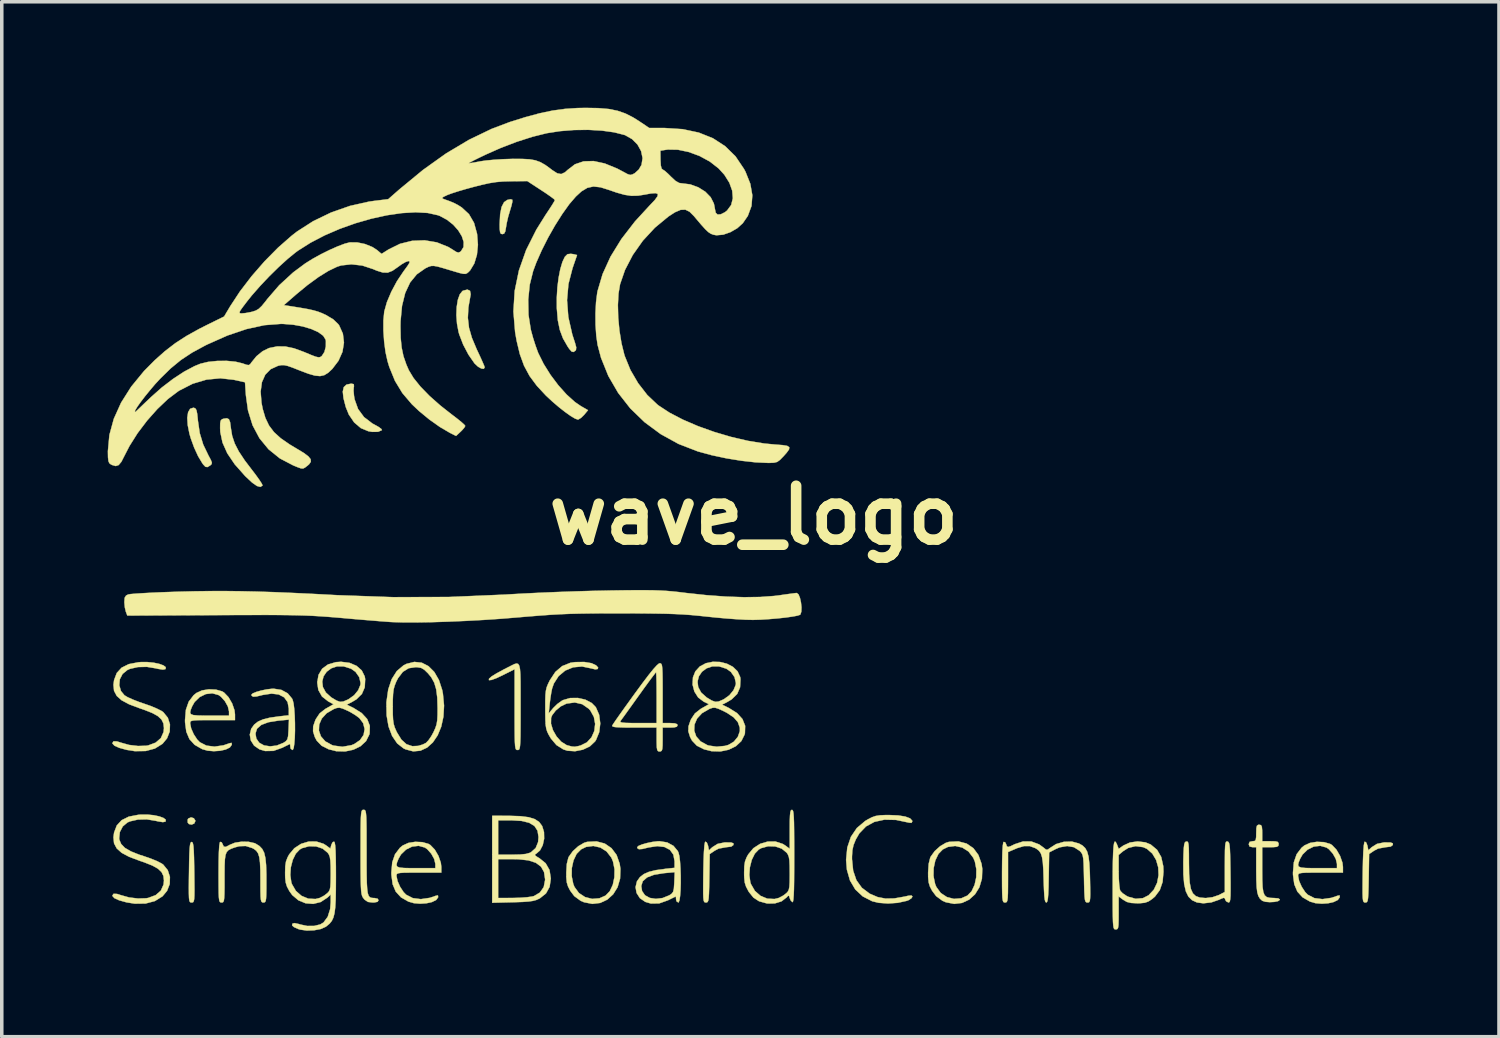
<source format=kicad_pcb>
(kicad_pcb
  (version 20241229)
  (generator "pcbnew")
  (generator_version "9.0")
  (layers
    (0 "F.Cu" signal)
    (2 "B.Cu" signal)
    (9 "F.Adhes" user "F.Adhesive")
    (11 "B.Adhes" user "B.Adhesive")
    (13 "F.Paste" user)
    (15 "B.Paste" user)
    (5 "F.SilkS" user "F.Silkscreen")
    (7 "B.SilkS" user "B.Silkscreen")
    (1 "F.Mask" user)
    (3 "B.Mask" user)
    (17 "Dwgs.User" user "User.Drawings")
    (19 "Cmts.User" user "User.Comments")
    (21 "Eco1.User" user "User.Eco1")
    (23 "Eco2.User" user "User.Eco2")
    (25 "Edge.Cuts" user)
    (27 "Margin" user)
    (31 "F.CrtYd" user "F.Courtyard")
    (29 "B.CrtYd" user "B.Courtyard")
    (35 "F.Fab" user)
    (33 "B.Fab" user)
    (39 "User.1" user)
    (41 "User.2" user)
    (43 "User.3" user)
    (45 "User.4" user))
  (footprint "wave_logo"
    (layer "F.Cu")
    (at 18.293 11.538)
    (property "Reference" "wave_logo" (at 0 0 0) (layer "F.SilkS") (effects (font (size 1.524 1.524) (thickness 0.3))))
    (attr through_hole)
    (fp_poly (pts (xy -15.855 8.578) (xy -15.812 8.645) (xy -15.812 8.658) (xy -15.844 8.728) (xy -15.917 8.758) (xy -15.993 8.743) (xy -16.029 8.7) (xy -16.03 8.618) (xy -16.012 8.587) (xy -15.934 8.554) (xy -15.855 8.578)) (stroke (width 0.01) (type solid)) (fill yes) (layer "F.SilkS"))
    (fp_poly (pts (xy -6.837 -8.932) (xy -6.837 -8.875) (xy -6.862 -8.764) (xy -6.902 -8.631) (xy -6.955 -8.453) (xy -6.997 -8.271) (xy -7.015 -8.163) (xy -7.037 -8.036) (xy -7.07 -7.974) (xy -7.118 -7.959) (xy -7.161 -7.969) (xy -7.184 -8.012) (xy -7.195 -8.106) (xy -7.197 -8.236) (xy -7.183 -8.52) (xy -7.142 -8.728) (xy -7.072 -8.863) (xy -6.982 -8.927) (xy -6.886 -8.947) (xy -6.837 -8.932)) (stroke (width 0.01) (type solid)) (fill yes) (layer "F.SilkS"))
    (fp_poly (pts (xy -11.327 -3.711) (xy -11.321 -3.65) (xy -11.327 -3.623) (xy -11.333 -3.525) (xy -11.32 -3.382) (xy -11.304 -3.283) (xy -11.206 -3.009) (xy -11.037 -2.779) (xy -10.799 -2.597) (xy -10.739 -2.565) (xy -10.62 -2.498) (xy -10.545 -2.442) (xy -10.529 -2.41) (xy -10.64 -2.362) (xy -10.808 -2.361) (xy -10.914 -2.379) (xy -11.128 -2.468) (xy -11.316 -2.629) (xy -11.467 -2.851) (xy -11.553 -3.063) (xy -11.618 -3.315) (xy -11.638 -3.5) (xy -11.61 -3.627) (xy -11.533 -3.699) (xy -11.406 -3.725) (xy -11.39 -3.725) (xy -11.327 -3.711)) (stroke (width 0.01) (type solid)) (fill yes) (layer "F.SilkS"))
    (fp_poly (pts (xy -15.851 -3.042) (xy -15.809 -3.022) (xy -15.78 -2.971) (xy -15.76 -2.872) (xy -15.742 -2.707) (xy -15.741 -2.688) (xy -15.688 -2.325) (xy -15.59 -2.002) (xy -15.443 -1.696) (xy -15.375 -1.569) (xy -15.345 -1.494) (xy -15.351 -1.449) (xy -15.387 -1.414) (xy -15.392 -1.41) (xy -15.469 -1.364) (xy -15.527 -1.372) (xy -15.592 -1.441) (xy -15.619 -1.48) (xy -15.734 -1.672) (xy -15.846 -1.915) (xy -15.941 -2.176) (xy -15.979 -2.305) (xy -16.028 -2.552) (xy -16.041 -2.759) (xy -16.017 -2.916) (xy -15.96 -3.014) (xy -15.87 -3.044) (xy -15.851 -3.042)) (stroke (width 0.01) (type solid)) (fill yes) (layer "F.SilkS"))
    (fp_poly (pts (xy -14.862 -2.719) (xy -14.829 -2.636) (xy -14.808 -2.485) (xy -14.806 -2.465) (xy -14.77 -2.247) (xy -14.698 -2.032) (xy -14.582 -1.806) (xy -14.415 -1.554) (xy -14.237 -1.32) (xy -14.11 -1.154) (xy -14.007 -1.011) (xy -13.937 -0.904) (xy -13.909 -0.846) (xy -13.91 -0.841) (xy -13.971 -0.802) (xy -14.068 -0.829) (xy -14.204 -0.924) (xy -14.381 -1.089) (xy -14.407 -1.115) (xy -14.697 -1.442) (xy -14.908 -1.754) (xy -15.043 -2.057) (xy -15.106 -2.356) (xy -15.111 -2.465) (xy -15.109 -2.604) (xy -15.094 -2.68) (xy -15.058 -2.718) (xy -15.01 -2.734) (xy -14.919 -2.746) (xy -14.862 -2.719)) (stroke (width 0.01) (type solid)) (fill yes) (layer "F.SilkS"))
    (fp_poly (pts (xy -5.106 -7.392) (xy -5.005 -7.367) (xy -5.133 -6.996) (xy -5.249 -6.547) (xy -5.289 -6.089) (xy -5.253 -5.615) (xy -5.14 -5.117) (xy -5.064 -4.883) (xy -5.029 -4.756) (xy -5.036 -4.681) (xy -5.05 -4.662) (xy -5.105 -4.622) (xy -5.158 -4.634) (xy -5.223 -4.707) (xy -5.272 -4.778) (xy -5.403 -5.007) (xy -5.493 -5.246) (xy -5.549 -5.517) (xy -5.577 -5.845) (xy -5.578 -5.863) (xy -5.579 -6.159) (xy -5.562 -6.451) (xy -5.527 -6.726) (xy -5.479 -6.971) (xy -5.419 -7.173) (xy -5.351 -7.317) (xy -5.277 -7.391) (xy -5.272 -7.392) (xy -5.181 -7.402) (xy -5.106 -7.392)) (stroke (width 0.01) (type solid)) (fill yes) (layer "F.SilkS"))
    (fp_poly (pts (xy -15.895 9.261) (xy -15.879 9.3) (xy -15.866 9.377) (xy -15.857 9.504) (xy -15.85 9.689) (xy -15.845 9.944) (xy -15.842 10.107) (xy -15.839 10.397) (xy -15.837 10.612) (xy -15.839 10.765) (xy -15.845 10.866) (xy -15.857 10.925) (xy -15.874 10.954) (xy -15.898 10.964) (xy -15.917 10.964) (xy -15.946 10.962) (xy -15.968 10.946) (xy -15.983 10.907) (xy -15.992 10.833) (xy -15.996 10.714) (xy -15.997 10.539) (xy -15.995 10.297) (xy -15.992 10.107) (xy -15.988 9.813) (xy -15.982 9.592) (xy -15.974 9.437) (xy -15.963 9.335) (xy -15.949 9.277) (xy -15.929 9.253) (xy -15.917 9.25) (xy -15.895 9.261)) (stroke (width 0.01) (type solid)) (fill yes) (layer "F.SilkS"))
    (fp_poly (pts (xy -8.036 -6.355) (xy -8.017 -6.26) (xy -8.023 -6.22) (xy -8.082 -5.884) (xy -8.097 -5.589) (xy -8.065 -5.31) (xy -7.982 -5.021) (xy -7.846 -4.698) (xy -7.829 -4.662) (xy -7.746 -4.485) (xy -7.679 -4.335) (xy -7.634 -4.229) (xy -7.62 -4.186) (xy -7.648 -4.145) (xy -7.717 -4.155) (xy -7.808 -4.206) (xy -7.9 -4.291) (xy -7.911 -4.304) (xy -8.079 -4.546) (xy -8.229 -4.831) (xy -8.34 -5.119) (xy -8.36 -5.188) (xy -8.404 -5.423) (xy -8.422 -5.665) (xy -8.413 -5.895) (xy -8.381 -6.097) (xy -8.326 -6.253) (xy -8.251 -6.348) (xy -8.232 -6.358) (xy -8.11 -6.389) (xy -8.036 -6.355)) (stroke (width 0.01) (type solid)) (fill yes) (layer "F.SilkS"))
    (fp_poly (pts (xy -1.331 9.266) (xy -1.299 9.348) (xy -1.297 9.356) (xy -1.271 9.487) (xy -1.176 9.399) (xy -1.025 9.304) (xy -0.826 9.263) (xy -0.647 9.264) (xy -0.578 9.288) (xy -0.577 9.335) (xy -0.639 9.382) (xy -0.778 9.398) (xy -0.781 9.398) (xy -0.996 9.438) (xy -1.105 9.495) (xy -1.249 9.592) (xy -1.26 10.278) (xy -1.265 10.533) (xy -1.271 10.716) (xy -1.279 10.838) (xy -1.291 10.912) (xy -1.31 10.95) (xy -1.336 10.963) (xy -1.357 10.964) (xy -1.385 10.961) (xy -1.406 10.945) (xy -1.421 10.904) (xy -1.43 10.827) (xy -1.434 10.705) (xy -1.434 10.526) (xy -1.432 10.279) (xy -1.43 10.111) (xy -1.423 9.777) (xy -1.413 9.526) (xy -1.4 9.355) (xy -1.384 9.261) (xy -1.371 9.241) (xy -1.331 9.266)) (stroke (width 0.01) (type solid)) (fill yes) (layer "F.SilkS"))
    (fp_poly (pts (xy 17.338 9.266) (xy 17.37 9.348) (xy 17.372 9.356) (xy 17.398 9.487) (xy 17.493 9.399) (xy 17.644 9.304) (xy 17.843 9.263) (xy 18.022 9.264) (xy 18.091 9.288) (xy 18.092 9.335) (xy 18.03 9.382) (xy 17.891 9.398) (xy 17.888 9.398) (xy 17.673 9.438) (xy 17.564 9.495) (xy 17.42 9.592) (xy 17.409 10.278) (xy 17.404 10.533) (xy 17.398 10.716) (xy 17.39 10.838) (xy 17.378 10.912) (xy 17.359 10.95) (xy 17.333 10.963) (xy 17.312 10.964) (xy 17.284 10.961) (xy 17.263 10.945) (xy 17.248 10.904) (xy 17.239 10.827) (xy 17.235 10.705) (xy 17.235 10.526) (xy 17.237 10.279) (xy 17.239 10.111) (xy 17.246 9.777) (xy 17.256 9.526) (xy 17.269 9.355) (xy 17.285 9.261) (xy 17.298 9.241) (xy 17.338 9.266)) (stroke (width 0.01) (type solid)) (fill yes) (layer "F.SilkS"))
    (fp_poly (pts (xy -6.672 4.21) (xy -6.641 4.261) (xy -6.621 4.355) (xy -6.61 4.502) (xy -6.605 4.709) (xy -6.604 4.983) (xy -6.604 5.333) (xy -6.604 5.419) (xy -6.604 5.773) (xy -6.605 6.051) (xy -6.607 6.263) (xy -6.612 6.418) (xy -6.619 6.524) (xy -6.629 6.591) (xy -6.643 6.628) (xy -6.662 6.643) (xy -6.686 6.646) (xy -6.689 6.646) (xy -6.714 6.644) (xy -6.734 6.629) (xy -6.748 6.594) (xy -6.759 6.529) (xy -6.766 6.423) (xy -6.77 6.269) (xy -6.772 6.055) (xy -6.773 5.774) (xy -6.773 5.503) (xy -6.773 4.359) (xy -7.117 4.532) (xy -7.299 4.617) (xy -7.428 4.663) (xy -7.496 4.669) (xy -7.501 4.665) (xy -7.497 4.627) (xy -7.425 4.564) (xy -7.283 4.476) (xy -7.067 4.359) (xy -6.955 4.302) (xy -6.855 4.251) (xy -6.776 4.213) (xy -6.716 4.197) (xy -6.672 4.21)) (stroke (width 0.01) (type solid)) (fill yes) (layer "F.SilkS"))
    (fp_poly (pts (xy -11.024 8.342) (xy -11.005 8.356) (xy -10.99 8.39) (xy -10.98 8.454) (xy -10.972 8.557) (xy -10.968 8.708) (xy -10.965 8.916) (xy -10.965 9.19) (xy -10.964 9.538) (xy -10.964 9.903) (xy -10.962 10.193) (xy -10.957 10.415) (xy -10.947 10.58) (xy -10.932 10.695) (xy -10.908 10.769) (xy -10.876 10.812) (xy -10.833 10.831) (xy -10.777 10.837) (xy -10.744 10.837) (xy -10.65 10.857) (xy -10.626 10.901) (xy -10.654 10.945) (xy -10.748 10.963) (xy -10.792 10.964) (xy -10.925 10.948) (xy -11.017 10.886) (xy -11.046 10.853) (xy -11.072 10.817) (xy -11.092 10.775) (xy -11.107 10.716) (xy -11.118 10.632) (xy -11.125 10.512) (xy -11.13 10.345) (xy -11.133 10.121) (xy -11.134 9.832) (xy -11.134 9.54) (xy -11.133 9.191) (xy -11.133 8.916) (xy -11.13 8.708) (xy -11.126 8.557) (xy -11.118 8.455) (xy -11.108 8.391) (xy -11.093 8.356) (xy -11.074 8.342) (xy -11.049 8.34) (xy -11.049 8.34) (xy -11.024 8.342)) (stroke (width 0.01) (type solid)) (fill yes) (layer "F.SilkS"))
    (fp_poly (pts (xy 4.088 8.499) (xy 4.288 8.531) (xy 4.423 8.581) (xy 4.484 8.647) (xy 4.487 8.667) (xy 4.463 8.71) (xy 4.392 8.703) (xy 4.025 8.626) (xy 3.698 8.619) (xy 3.414 8.681) (xy 3.176 8.81) (xy 2.987 9.006) (xy 2.887 9.179) (xy 2.823 9.336) (xy 2.79 9.484) (xy 2.779 9.662) (xy 2.779 9.737) (xy 2.812 10.064) (xy 2.904 10.333) (xy 3.058 10.547) (xy 3.274 10.71) (xy 3.293 10.72) (xy 3.507 10.811) (xy 3.729 10.853) (xy 3.978 10.848) (xy 4.274 10.796) (xy 4.371 10.773) (xy 4.462 10.765) (xy 4.491 10.794) (xy 4.464 10.842) (xy 4.385 10.895) (xy 4.329 10.917) (xy 4.074 10.973) (xy 3.799 10.992) (xy 3.536 10.973) (xy 3.352 10.929) (xy 3.083 10.791) (xy 2.872 10.594) (xy 2.722 10.34) (xy 2.635 10.036) (xy 2.612 9.757) (xy 2.646 9.407) (xy 2.748 9.105) (xy 2.917 8.855) (xy 3.154 8.655) (xy 3.228 8.611) (xy 3.346 8.55) (xy 3.451 8.514) (xy 3.572 8.495) (xy 3.736 8.488) (xy 3.831 8.488) (xy 4.088 8.499)) (stroke (width 0.01) (type solid)) (fill yes) (layer "F.SilkS"))
    (fp_poly (pts (xy -4.221 9.295) (xy -4.03 9.426) (xy -3.886 9.618) (xy -3.798 9.868) (xy -3.777 10.012) (xy -3.787 10.289) (xy -3.858 10.532) (xy -3.983 10.732) (xy -4.15 10.883) (xy -4.349 10.976) (xy -4.572 11.003) (xy -4.807 10.957) (xy -4.901 10.917) (xy -5.083 10.784) (xy -5.198 10.631) (xy -5.26 10.512) (xy -5.295 10.399) (xy -5.309 10.26) (xy -5.309 10.221) (xy -5.157 10.221) (xy -5.112 10.441) (xy -5.078 10.524) (xy -4.952 10.696) (xy -4.779 10.81) (xy -4.578 10.862) (xy -4.372 10.845) (xy -4.198 10.768) (xy -4.078 10.643) (xy -3.993 10.462) (xy -3.948 10.248) (xy -3.944 10.021) (xy -3.987 9.805) (xy -4.033 9.695) (xy -4.168 9.52) (xy -4.344 9.408) (xy -4.544 9.363) (xy -4.749 9.39) (xy -4.892 9.46) (xy -5.018 9.588) (xy -5.106 9.773) (xy -5.154 9.991) (xy -5.157 10.221) (xy -5.309 10.221) (xy -5.31 10.118) (xy -5.295 9.871) (xy -5.252 9.698) (xy -5.239 9.669) (xy -5.124 9.51) (xy -4.971 9.371) (xy -4.806 9.274) (xy -4.718 9.247) (xy -4.453 9.234) (xy -4.221 9.295)) (stroke (width 0.01) (type solid)) (fill yes) (layer "F.SilkS"))
    (fp_poly (pts (xy 6.023 9.295) (xy 6.215 9.426) (xy 6.358 9.618) (xy 6.447 9.868) (xy 6.468 10.012) (xy 6.458 10.289) (xy 6.386 10.532) (xy 6.262 10.732) (xy 6.095 10.883) (xy 5.895 10.976) (xy 5.673 11.003) (xy 5.437 10.957) (xy 5.343 10.917) (xy 5.162 10.784) (xy 5.047 10.631) (xy 4.985 10.512) (xy 4.95 10.399) (xy 4.936 10.26) (xy 4.935 10.221) (xy 5.087 10.221) (xy 5.133 10.441) (xy 5.167 10.524) (xy 5.293 10.696) (xy 5.466 10.81) (xy 5.666 10.862) (xy 5.873 10.845) (xy 6.047 10.768) (xy 6.167 10.643) (xy 6.251 10.462) (xy 6.297 10.248) (xy 6.3 10.021) (xy 6.258 9.805) (xy 6.211 9.695) (xy 6.077 9.52) (xy 5.901 9.408) (xy 5.701 9.363) (xy 5.496 9.39) (xy 5.352 9.46) (xy 5.227 9.588) (xy 5.138 9.773) (xy 5.091 9.991) (xy 5.087 10.221) (xy 4.935 10.221) (xy 4.934 10.118) (xy 4.95 9.871) (xy 4.993 9.698) (xy 5.006 9.669) (xy 5.12 9.51) (xy 5.274 9.371) (xy 5.438 9.274) (xy 5.526 9.247) (xy 5.791 9.234) (xy 6.023 9.295)) (stroke (width 0.01) (type solid)) (fill yes) (layer "F.SilkS"))
    (fp_poly (pts (xy 14.358 8.773) (xy 14.383 8.817) (xy 14.392 8.914) (xy 14.393 8.996) (xy 14.393 9.229) (xy 14.626 9.229) (xy 14.761 9.232) (xy 14.831 9.248) (xy 14.857 9.284) (xy 14.859 9.313) (xy 14.849 9.362) (xy 14.805 9.388) (xy 14.708 9.397) (xy 14.626 9.398) (xy 14.393 9.398) (xy 14.393 10.048) (xy 14.395 10.324) (xy 14.404 10.528) (xy 14.425 10.669) (xy 14.462 10.759) (xy 14.52 10.81) (xy 14.604 10.832) (xy 14.719 10.837) (xy 14.728 10.837) (xy 14.848 10.847) (xy 14.892 10.876) (xy 14.891 10.89) (xy 14.84 10.926) (xy 14.736 10.947) (xy 14.607 10.954) (xy 14.484 10.944) (xy 14.397 10.916) (xy 14.39 10.911) (xy 14.328 10.853) (xy 14.284 10.779) (xy 14.254 10.676) (xy 14.236 10.53) (xy 14.227 10.327) (xy 14.224 10.055) (xy 14.224 10.036) (xy 14.224 9.398) (xy 14.118 9.398) (xy 14.035 9.378) (xy 14.012 9.313) (xy 14.037 9.247) (xy 14.118 9.229) (xy 14.179 9.223) (xy 14.21 9.191) (xy 14.222 9.112) (xy 14.224 8.996) (xy 14.228 8.861) (xy 14.244 8.791) (xy 14.279 8.765) (xy 14.309 8.763) (xy 14.358 8.773)) (stroke (width 0.01) (type solid)) (fill yes) (layer "F.SilkS"))
    (fp_poly (pts (xy 13.409 9.237) (xy 13.434 9.248) (xy 13.454 9.279) (xy 13.468 9.34) (xy 13.478 9.441) (xy 13.485 9.595) (xy 13.49 9.811) (xy 13.495 10.1) (xy 13.495 10.108) (xy 13.498 10.399) (xy 13.498 10.617) (xy 13.496 10.771) (xy 13.488 10.872) (xy 13.477 10.931) (xy 13.459 10.958) (xy 13.438 10.964) (xy 13.371 10.929) (xy 13.349 10.887) (xy 13.331 10.84) (xy 13.296 10.832) (xy 13.22 10.862) (xy 13.173 10.885) (xy 12.953 10.961) (xy 12.727 10.987) (xy 12.544 10.962) (xy 12.408 10.899) (xy 12.304 10.797) (xy 12.231 10.647) (xy 12.184 10.441) (xy 12.161 10.171) (xy 12.159 9.826) (xy 12.159 9.813) (xy 12.165 9.583) (xy 12.173 9.424) (xy 12.185 9.323) (xy 12.202 9.267) (xy 12.228 9.242) (xy 12.245 9.237) (xy 12.274 9.238) (xy 12.294 9.261) (xy 12.307 9.32) (xy 12.315 9.426) (xy 12.318 9.592) (xy 12.319 9.829) (xy 12.319 9.841) (xy 12.324 10.16) (xy 12.341 10.404) (xy 12.375 10.583) (xy 12.431 10.706) (xy 12.513 10.783) (xy 12.626 10.824) (xy 12.775 10.837) (xy 12.805 10.837) (xy 12.987 10.814) (xy 13.16 10.755) (xy 13.167 10.752) (xy 13.335 10.666) (xy 13.335 9.944) (xy 13.336 9.681) (xy 13.338 9.491) (xy 13.344 9.363) (xy 13.354 9.285) (xy 13.37 9.246) (xy 13.393 9.235) (xy 13.409 9.237)) (stroke (width 0.01) (type solid)) (fill yes) (layer "F.SilkS"))
    (fp_poly (pts (xy -15.228 4.937) (xy -15.055 4.986) (xy -15 5.019) (xy -14.875 5.149) (xy -14.771 5.328) (xy -14.704 5.521) (xy -14.69 5.639) (xy -14.69 5.8) (xy -15.325 5.8) (xy -15.568 5.8) (xy -15.74 5.802) (xy -15.852 5.809) (xy -15.918 5.821) (xy -15.949 5.84) (xy -15.958 5.869) (xy -15.959 5.895) (xy -15.93 6.038) (xy -15.857 6.202) (xy -15.76 6.35) (xy -15.686 6.426) (xy -15.498 6.522) (xy -15.27 6.551) (xy -15.016 6.514) (xy -14.844 6.455) (xy -14.786 6.444) (xy -14.78 6.494) (xy -14.781 6.499) (xy -14.835 6.574) (xy -14.952 6.632) (xy -15.11 6.668) (xy -15.289 6.68) (xy -15.467 6.665) (xy -15.621 6.621) (xy -15.833 6.499) (xy -15.98 6.338) (xy -16.068 6.129) (xy -16.104 5.86) (xy -16.105 5.8) (xy -16.086 5.584) (xy -15.96 5.584) (xy -15.94 5.63) (xy -15.872 5.657) (xy -15.746 5.669) (xy -15.553 5.673) (xy -15.409 5.673) (xy -14.859 5.673) (xy -14.859 5.552) (xy -14.892 5.413) (xy -14.975 5.264) (xy -15.087 5.138) (xy -15.157 5.089) (xy -15.332 5.041) (xy -15.517 5.063) (xy -15.69 5.148) (xy -15.833 5.287) (xy -15.902 5.407) (xy -15.944 5.511) (xy -15.96 5.584) (xy -16.086 5.584) (xy -16.08 5.509) (xy -16 5.278) (xy -15.862 5.097) (xy -15.781 5.031) (xy -15.623 4.959) (xy -15.428 4.928) (xy -15.228 4.937)) (stroke (width 0.01) (type solid)) (fill yes) (layer "F.SilkS"))
    (fp_poly (pts (xy -9.386 9.255) (xy -9.213 9.304) (xy -9.158 9.337) (xy -9.033 9.467) (xy -8.929 9.646) (xy -8.862 9.839) (xy -8.848 9.957) (xy -8.848 10.118) (xy -9.483 10.118) (xy -9.726 10.118) (xy -9.898 10.12) (xy -10.01 10.127) (xy -10.076 10.139) (xy -10.107 10.158) (xy -10.116 10.187) (xy -10.117 10.213) (xy -10.088 10.356) (xy -10.015 10.52) (xy -9.918 10.668) (xy -9.844 10.744) (xy -9.656 10.84) (xy -9.428 10.869) (xy -9.174 10.832) (xy -9.002 10.773) (xy -8.944 10.762) (xy -8.938 10.812) (xy -8.939 10.817) (xy -8.993 10.892) (xy -9.11 10.95) (xy -9.268 10.986) (xy -9.447 10.998) (xy -9.625 10.983) (xy -9.779 10.939) (xy -9.991 10.817) (xy -10.138 10.656) (xy -10.226 10.447) (xy -10.262 10.178) (xy -10.263 10.118) (xy -10.244 9.902) (xy -10.118 9.902) (xy -10.098 9.948) (xy -10.03 9.975) (xy -9.904 9.987) (xy -9.711 9.991) (xy -9.567 9.991) (xy -9.017 9.991) (xy -9.017 9.87) (xy -9.05 9.731) (xy -9.133 9.582) (xy -9.245 9.456) (xy -9.315 9.407) (xy -9.49 9.359) (xy -9.675 9.381) (xy -9.848 9.466) (xy -9.991 9.605) (xy -10.06 9.725) (xy -10.102 9.829) (xy -10.118 9.902) (xy -10.244 9.902) (xy -10.238 9.827) (xy -10.158 9.596) (xy -10.02 9.415) (xy -9.939 9.349) (xy -9.781 9.277) (xy -9.586 9.246) (xy -9.386 9.255)) (stroke (width 0.01) (type solid)) (fill yes) (layer "F.SilkS"))
    (fp_poly (pts (xy 16.141 9.255) (xy 16.314 9.304) (xy 16.369 9.337) (xy 16.494 9.467) (xy 16.598 9.646) (xy 16.665 9.839) (xy 16.679 9.957) (xy 16.679 10.118) (xy 16.044 10.118) (xy 15.801 10.118) (xy 15.629 10.12) (xy 15.517 10.127) (xy 15.451 10.139) (xy 15.42 10.158) (xy 15.411 10.187) (xy 15.41 10.213) (xy 15.439 10.356) (xy 15.512 10.52) (xy 15.609 10.668) (xy 15.683 10.744) (xy 15.871 10.84) (xy 16.099 10.869) (xy 16.353 10.832) (xy 16.525 10.773) (xy 16.583 10.762) (xy 16.589 10.812) (xy 16.588 10.817) (xy 16.534 10.892) (xy 16.417 10.95) (xy 16.259 10.986) (xy 16.08 10.998) (xy 15.902 10.983) (xy 15.748 10.939) (xy 15.536 10.817) (xy 15.389 10.656) (xy 15.301 10.447) (xy 15.265 10.178) (xy 15.264 10.118) (xy 15.283 9.902) (xy 15.409 9.902) (xy 15.429 9.948) (xy 15.497 9.975) (xy 15.623 9.987) (xy 15.816 9.991) (xy 15.96 9.991) (xy 16.51 9.991) (xy 16.51 9.87) (xy 16.477 9.731) (xy 16.394 9.582) (xy 16.282 9.456) (xy 16.212 9.407) (xy 16.037 9.359) (xy 15.852 9.381) (xy 15.679 9.466) (xy 15.536 9.605) (xy 15.467 9.725) (xy 15.425 9.829) (xy 15.409 9.902) (xy 15.283 9.902) (xy 15.289 9.827) (xy 15.369 9.596) (xy 15.507 9.415) (xy 15.588 9.349) (xy 15.746 9.277) (xy 15.941 9.246) (xy 16.141 9.255)) (stroke (width 0.01) (type solid)) (fill yes) (layer "F.SilkS"))
    (fp_poly (pts (xy -16.99 4.175) (xy -16.834 4.208) (xy -16.716 4.251) (xy -16.651 4.3) (xy -16.654 4.35) (xy -16.659 4.356) (xy -16.73 4.371) (xy -16.87 4.349) (xy -16.933 4.334) (xy -17.185 4.292) (xy -17.439 4.298) (xy -17.663 4.349) (xy -17.736 4.381) (xy -17.873 4.493) (xy -17.951 4.645) (xy -17.966 4.814) (xy -17.918 4.977) (xy -17.821 5.096) (xy -17.732 5.15) (xy -17.584 5.217) (xy -17.402 5.288) (xy -17.276 5.331) (xy -17.083 5.398) (xy -16.908 5.471) (xy -16.774 5.538) (xy -16.722 5.573) (xy -16.592 5.732) (xy -16.531 5.922) (xy -16.538 6.123) (xy -16.613 6.315) (xy -16.742 6.471) (xy -16.958 6.605) (xy -17.222 6.675) (xy -17.526 6.679) (xy -17.759 6.642) (xy -17.969 6.584) (xy -18.104 6.523) (xy -18.16 6.461) (xy -18.161 6.451) (xy -18.129 6.4) (xy -18.031 6.403) (xy -17.92 6.438) (xy -17.688 6.503) (xy -17.436 6.533) (xy -17.204 6.526) (xy -17.146 6.516) (xy -16.935 6.437) (xy -16.789 6.31) (xy -16.712 6.137) (xy -16.701 6.026) (xy -16.716 5.894) (xy -16.77 5.784) (xy -16.872 5.688) (xy -17.032 5.599) (xy -17.261 5.508) (xy -17.396 5.462) (xy -17.686 5.353) (xy -17.898 5.24) (xy -18.038 5.115) (xy -18.114 4.971) (xy -18.131 4.801) (xy -18.113 4.666) (xy -18.037 4.465) (xy -17.9 4.316) (xy -17.697 4.215) (xy -17.427 4.163) (xy -17.356 4.157) (xy -17.169 4.157) (xy -16.99 4.175)) (stroke (width 0.01) (type solid)) (fill yes) (layer "F.SilkS"))
    (fp_poly (pts (xy -16.99 8.493) (xy -16.834 8.526) (xy -16.716 8.569) (xy -16.651 8.618) (xy -16.654 8.668) (xy -16.659 8.674) (xy -16.73 8.689) (xy -16.87 8.667) (xy -16.933 8.652) (xy -17.185 8.61) (xy -17.439 8.616) (xy -17.663 8.667) (xy -17.736 8.699) (xy -17.868 8.811) (xy -17.95 8.969) (xy -17.97 9.145) (xy -17.965 9.185) (xy -17.913 9.308) (xy -17.808 9.417) (xy -17.638 9.516) (xy -17.397 9.612) (xy -17.272 9.652) (xy -17.075 9.72) (xy -16.898 9.792) (xy -16.767 9.86) (xy -16.724 9.889) (xy -16.593 10.05) (xy -16.532 10.24) (xy -16.538 10.441) (xy -16.613 10.634) (xy -16.742 10.789) (xy -16.958 10.923) (xy -17.222 10.993) (xy -17.526 10.997) (xy -17.759 10.96) (xy -17.969 10.902) (xy -18.104 10.841) (xy -18.16 10.779) (xy -18.161 10.769) (xy -18.129 10.718) (xy -18.031 10.721) (xy -17.92 10.756) (xy -17.688 10.821) (xy -17.436 10.851) (xy -17.204 10.844) (xy -17.146 10.834) (xy -16.935 10.755) (xy -16.789 10.628) (xy -16.712 10.455) (xy -16.701 10.344) (xy -16.716 10.212) (xy -16.77 10.102) (xy -16.872 10.006) (xy -17.032 9.917) (xy -17.261 9.826) (xy -17.396 9.78) (xy -17.686 9.671) (xy -17.898 9.558) (xy -18.038 9.433) (xy -18.114 9.289) (xy -18.131 9.119) (xy -18.113 8.984) (xy -18.037 8.783) (xy -17.9 8.634) (xy -17.697 8.533) (xy -17.427 8.481) (xy -17.356 8.475) (xy -17.169 8.475) (xy -16.99 8.493)) (stroke (width 0.01) (type solid)) (fill yes) (layer "F.SilkS"))
    (fp_poly (pts (xy -9.402 4.175) (xy -9.212 4.272) (xy -9.047 4.437) (xy -8.916 4.665) (xy -8.823 4.949) (xy -8.803 5.053) (xy -8.771 5.39) (xy -8.789 5.704) (xy -8.851 5.987) (xy -8.953 6.233) (xy -9.088 6.432) (xy -9.252 6.579) (xy -9.439 6.666) (xy -9.643 6.685) (xy -9.86 6.628) (xy -9.917 6.601) (xy -10.098 6.459) (xy -10.241 6.249) (xy -10.342 5.982) (xy -10.397 5.666) (xy -10.401 5.419) (xy -10.223 5.419) (xy -10.222 5.636) (xy -10.214 5.792) (xy -10.197 5.908) (xy -10.167 6.009) (xy -10.12 6.116) (xy -10.106 6.145) (xy -9.978 6.353) (xy -9.835 6.483) (xy -9.669 6.538) (xy -9.504 6.53) (xy -9.377 6.492) (xy -9.283 6.446) (xy -9.214 6.375) (xy -9.132 6.256) (xy -9.071 6.145) (xy -9.017 6.026) (xy -8.982 5.921) (xy -8.963 5.802) (xy -8.955 5.646) (xy -8.954 5.461) (xy -8.963 5.162) (xy -8.993 4.929) (xy -9.048 4.743) (xy -9.132 4.589) (xy -9.225 4.476) (xy -9.331 4.373) (xy -9.421 4.321) (xy -9.531 4.303) (xy -9.571 4.301) (xy -9.772 4.331) (xy -9.938 4.434) (xy -10.074 4.613) (xy -10.123 4.708) (xy -10.168 4.82) (xy -10.198 4.928) (xy -10.214 5.057) (xy -10.222 5.229) (xy -10.223 5.419) (xy -10.401 5.419) (xy -10.403 5.312) (xy -10.401 5.283) (xy -10.351 4.932) (xy -10.253 4.64) (xy -10.108 4.411) (xy -9.918 4.25) (xy -9.833 4.207) (xy -9.611 4.152) (xy -9.402 4.175)) (stroke (width 0.01) (type solid)) (fill yes) (layer "F.SilkS"))
    (fp_poly (pts (xy -14.303 9.246) (xy -14.135 9.284) (xy -14.101 9.3) (xy -13.996 9.366) (xy -13.919 9.447) (xy -13.864 9.555) (xy -13.829 9.703) (xy -13.809 9.904) (xy -13.801 10.17) (xy -13.801 10.318) (xy -13.801 10.565) (xy -13.804 10.739) (xy -13.81 10.854) (xy -13.822 10.921) (xy -13.841 10.953) (xy -13.869 10.964) (xy -13.885 10.964) (xy -13.918 10.96) (xy -13.941 10.939) (xy -13.956 10.889) (xy -13.965 10.797) (xy -13.969 10.65) (xy -13.97 10.436) (xy -13.97 10.331) (xy -13.972 10.047) (xy -13.982 9.834) (xy -14.002 9.68) (xy -14.036 9.573) (xy -14.087 9.499) (xy -14.158 9.445) (xy -14.205 9.421) (xy -14.385 9.364) (xy -14.569 9.37) (xy -14.694 9.404) (xy -14.797 9.441) (xy -14.873 9.48) (xy -14.925 9.535) (xy -14.958 9.619) (xy -14.976 9.743) (xy -14.984 9.922) (xy -14.986 10.169) (xy -14.986 10.272) (xy -14.986 10.529) (xy -14.989 10.713) (xy -14.995 10.836) (xy -15.005 10.91) (xy -15.022 10.949) (xy -15.047 10.963) (xy -15.071 10.964) (xy -15.099 10.961) (xy -15.121 10.944) (xy -15.136 10.902) (xy -15.146 10.824) (xy -15.152 10.699) (xy -15.154 10.516) (xy -15.155 10.265) (xy -15.155 10.12) (xy -15.153 9.788) (xy -15.146 9.533) (xy -15.135 9.358) (xy -15.119 9.264) (xy -15.11 9.248) (xy -15.066 9.26) (xy -15.042 9.309) (xy -15.008 9.381) (xy -14.949 9.39) (xy -14.849 9.338) (xy -14.838 9.331) (xy -14.69 9.271) (xy -14.5 9.242) (xy -14.303 9.246)) (stroke (width 0.01) (type solid)) (fill yes) (layer "F.SilkS"))
    (fp_poly (pts (xy -6.911 8.51) (xy -6.605 8.52) (xy -6.372 8.55) (xy -6.2 8.604) (xy -6.077 8.686) (xy -5.994 8.798) (xy -5.993 8.8) (xy -5.941 8.969) (xy -5.937 9.158) (xy -5.976 9.339) (xy -6.054 9.489) (xy -6.149 9.573) (xy -6.196 9.605) (xy -6.189 9.635) (xy -6.121 9.682) (xy -6.072 9.709) (xy -5.894 9.853) (xy -5.785 10.044) (xy -5.748 10.281) (xy -5.748 10.287) (xy -5.782 10.521) (xy -5.885 10.707) (xy -6.059 10.846) (xy -6.075 10.854) (xy -6.158 10.892) (xy -6.253 10.918) (xy -6.377 10.936) (xy -6.547 10.948) (xy -6.782 10.956) (xy -6.826 10.957) (xy -7.408 10.971) (xy -7.408 10.837) (xy -7.239 10.837) (xy -6.805 10.835) (xy -6.604 10.829) (xy -6.42 10.815) (xy -6.279 10.795) (xy -6.227 10.782) (xy -6.057 10.682) (xy -5.949 10.528) (xy -5.91 10.328) (xy -5.91 10.303) (xy -5.94 10.102) (xy -6.026 9.949) (xy -6.171 9.84) (xy -6.382 9.771) (xy -6.664 9.74) (xy -6.805 9.737) (xy -7.239 9.737) (xy -7.239 10.837) (xy -7.408 10.837) (xy -7.408 8.636) (xy -7.239 8.636) (xy -7.239 9.61) (xy -6.833 9.61) (xy -6.61 9.605) (xy -6.454 9.589) (xy -6.347 9.559) (xy -6.307 9.539) (xy -6.176 9.421) (xy -6.108 9.252) (xy -6.096 9.109) (xy -6.124 8.932) (xy -6.21 8.799) (xy -6.36 8.707) (xy -6.578 8.654) (xy -6.869 8.636) (xy -6.878 8.636) (xy -7.239 8.636) (xy -7.408 8.636) (xy -7.408 8.509) (xy -6.911 8.51)) (stroke (width 0.01) (type solid)) (fill yes) (layer "F.SilkS"))
    (fp_poly (pts (xy -13.376 4.945) (xy -13.198 5.042) (xy -13.075 5.19) (xy -13.057 5.228) (xy -13.031 5.33) (xy -13.012 5.484) (xy -12.999 5.675) (xy -12.992 5.885) (xy -12.991 6.098) (xy -12.997 6.296) (xy -13.01 6.465) (xy -13.028 6.586) (xy -13.053 6.644) (xy -13.06 6.646) (xy -13.112 6.611) (xy -13.123 6.562) (xy -13.128 6.493) (xy -13.134 6.477) (xy -13.174 6.495) (xy -13.267 6.54) (xy -13.353 6.583) (xy -13.601 6.671) (xy -13.836 6.675) (xy -13.996 6.628) (xy -14.149 6.522) (xy -14.242 6.376) (xy -14.271 6.211) (xy -14.263 6.179) (xy -14.11 6.179) (xy -14.086 6.322) (xy -14.004 6.441) (xy -13.868 6.516) (xy -13.696 6.543) (xy -13.507 6.52) (xy -13.319 6.444) (xy -13.314 6.441) (xy -13.246 6.395) (xy -13.207 6.342) (xy -13.186 6.256) (xy -13.176 6.114) (xy -13.174 6.077) (xy -13.162 5.787) (xy -13.466 5.815) (xy -13.744 5.86) (xy -13.944 5.935) (xy -14.066 6.042) (xy -14.11 6.179) (xy -14.263 6.179) (xy -14.231 6.046) (xy -14.146 5.927) (xy -14.036 5.841) (xy -13.892 5.778) (xy -13.697 5.73) (xy -13.435 5.694) (xy -13.43 5.693) (xy -13.166 5.664) (xy -13.166 5.476) (xy -13.2 5.291) (xy -13.298 5.155) (xy -13.452 5.074) (xy -13.655 5.05) (xy -13.9 5.087) (xy -13.92 5.092) (xy -14.081 5.131) (xy -14.176 5.137) (xy -14.219 5.109) (xy -14.224 5.079) (xy -14.186 5.043) (xy -14.086 5.002) (xy -13.948 4.963) (xy -13.795 4.931) (xy -13.648 4.913) (xy -13.592 4.911) (xy -13.376 4.945)) (stroke (width 0.01) (type solid)) (fill yes) (layer "F.SilkS"))
    (fp_poly (pts (xy -2.454 9.263) (xy -2.276 9.36) (xy -2.153 9.508) (xy -2.135 9.546) (xy -2.109 9.648) (xy -2.09 9.802) (xy -2.077 9.993) (xy -2.07 10.203) (xy -2.069 10.416) (xy -2.075 10.614) (xy -2.088 10.783) (xy -2.106 10.904) (xy -2.131 10.962) (xy -2.138 10.964) (xy -2.19 10.929) (xy -2.201 10.88) (xy -2.206 10.811) (xy -2.212 10.795) (xy -2.252 10.813) (xy -2.345 10.858) (xy -2.431 10.901) (xy -2.679 10.989) (xy -2.914 10.993) (xy -3.074 10.946) (xy -3.227 10.84) (xy -3.32 10.694) (xy -3.349 10.529) (xy -3.341 10.497) (xy -3.188 10.497) (xy -3.164 10.64) (xy -3.082 10.759) (xy -2.946 10.834) (xy -2.774 10.861) (xy -2.585 10.838) (xy -2.397 10.762) (xy -2.392 10.759) (xy -2.324 10.713) (xy -2.285 10.66) (xy -2.264 10.574) (xy -2.254 10.432) (xy -2.252 10.395) (xy -2.24 10.105) (xy -2.544 10.133) (xy -2.822 10.178) (xy -3.022 10.253) (xy -3.144 10.36) (xy -3.188 10.497) (xy -3.341 10.497) (xy -3.309 10.364) (xy -3.224 10.245) (xy -3.114 10.159) (xy -2.97 10.096) (xy -2.775 10.048) (xy -2.513 10.012) (xy -2.508 10.011) (xy -2.244 9.982) (xy -2.244 9.794) (xy -2.278 9.609) (xy -2.376 9.473) (xy -2.53 9.392) (xy -2.733 9.368) (xy -2.978 9.405) (xy -2.998 9.41) (xy -3.159 9.449) (xy -3.254 9.455) (xy -3.297 9.427) (xy -3.302 9.397) (xy -3.264 9.361) (xy -3.164 9.32) (xy -3.026 9.281) (xy -2.873 9.249) (xy -2.726 9.231) (xy -2.67 9.229) (xy -2.454 9.263)) (stroke (width 0.01) (type solid)) (fill yes) (layer "F.SilkS"))
    (fp_poly (pts (xy -2.637 4.195) (xy -2.616 4.213) (xy -2.601 4.258) (xy -2.592 4.338) (xy -2.586 4.467) (xy -2.583 4.654) (xy -2.582 4.91) (xy -2.582 5.038) (xy -2.582 5.884) (xy -2.371 5.884) (xy -2.238 5.891) (xy -2.173 5.915) (xy -2.159 5.948) (xy -2.182 5.988) (xy -2.26 6.007) (xy -2.371 6.011) (xy -2.582 6.011) (xy -2.582 6.35) (xy -2.584 6.519) (xy -2.592 6.62) (xy -2.611 6.67) (xy -2.645 6.687) (xy -2.667 6.689) (xy -2.709 6.682) (xy -2.734 6.649) (xy -2.747 6.574) (xy -2.751 6.439) (xy -2.752 6.35) (xy -2.752 6.011) (xy -3.391 6.011) (xy -3.642 6.01) (xy -3.819 6.005) (xy -3.932 5.997) (xy -3.993 5.983) (xy -4.011 5.963) (xy -4.009 5.954) (xy -3.979 5.906) (xy -3.944 5.854) (xy -3.78 5.854) (xy -3.733 5.869) (xy -3.63 5.879) (xy -3.459 5.883) (xy -3.286 5.884) (xy -2.752 5.884) (xy -2.752 5.165) (xy -2.753 4.928) (xy -2.755 4.725) (xy -2.759 4.568) (xy -2.764 4.47) (xy -2.769 4.445) (xy -2.797 4.478) (xy -2.867 4.569) (xy -2.971 4.708) (xy -3.1 4.885) (xy -3.246 5.089) (xy -3.263 5.112) (xy -3.413 5.322) (xy -3.548 5.51) (xy -3.66 5.666) (xy -3.74 5.776) (xy -3.779 5.83) (xy -3.78 5.831) (xy -3.78 5.854) (xy -3.944 5.854) (xy -3.906 5.798) (xy -3.797 5.643) (xy -3.659 5.449) (xy -3.499 5.227) (xy -3.367 5.044) (xy -3.15 4.749) (xy -2.977 4.521) (xy -2.844 4.356) (xy -2.747 4.249) (xy -2.685 4.197) (xy -2.665 4.191) (xy -2.637 4.195)) (stroke (width 0.01) (type solid)) (fill yes) (layer "F.SilkS"))
    (fp_poly (pts (xy 11.086 9.261) (xy 11.236 9.322) (xy 11.416 9.472) (xy 11.534 9.676) (xy 11.592 9.938) (xy 11.598 10.093) (xy 11.573 10.382) (xy 11.494 10.612) (xy 11.358 10.795) (xy 11.279 10.863) (xy 11.173 10.934) (xy 11.069 10.971) (xy 10.932 10.985) (xy 10.855 10.986) (xy 10.683 10.977) (xy 10.562 10.948) (xy 10.46 10.889) (xy 10.46 10.889) (xy 10.329 10.792) (xy 10.329 11.259) (xy 10.328 11.464) (xy 10.324 11.598) (xy 10.313 11.676) (xy 10.293 11.714) (xy 10.261 11.726) (xy 10.245 11.726) (xy 10.22 11.724) (xy 10.201 11.71) (xy 10.186 11.676) (xy 10.176 11.613) (xy 10.168 11.512) (xy 10.164 11.363) (xy 10.161 11.157) (xy 10.16 10.886) (xy 10.16 10.54) (xy 10.16 10.501) (xy 10.161 10.108) (xy 10.165 9.794) (xy 10.171 9.617) (xy 10.329 9.617) (xy 10.329 10.082) (xy 10.333 10.28) (xy 10.344 10.453) (xy 10.36 10.58) (xy 10.375 10.632) (xy 10.441 10.702) (xy 10.551 10.776) (xy 10.597 10.8) (xy 10.811 10.859) (xy 11.015 10.841) (xy 11.175 10.76) (xy 11.324 10.603) (xy 11.418 10.407) (xy 11.459 10.19) (xy 11.449 9.968) (xy 11.389 9.759) (xy 11.282 9.579) (xy 11.13 9.445) (xy 11.024 9.397) (xy 10.809 9.368) (xy 10.6 9.419) (xy 10.458 9.509) (xy 10.329 9.617) (xy 10.171 9.617) (xy 10.173 9.555) (xy 10.184 9.386) (xy 10.2 9.282) (xy 10.22 9.238) (xy 10.246 9.25) (xy 10.278 9.313) (xy 10.287 9.335) (xy 10.329 9.446) (xy 10.464 9.35) (xy 10.65 9.265) (xy 10.868 9.235) (xy 11.086 9.261)) (stroke (width 0.01) (type solid)) (fill yes) (layer "F.SilkS"))
    (fp_poly (pts (xy -4.595 4.189) (xy -4.467 4.249) (xy -4.408 4.312) (xy -4.42 4.353) (xy -4.491 4.363) (xy -4.603 4.336) (xy -4.865 4.282) (xy -5.115 4.305) (xy -5.34 4.397) (xy -5.526 4.552) (xy -5.662 4.763) (xy -5.712 4.906) (xy -5.737 5.032) (xy -5.763 5.2) (xy -5.779 5.334) (xy -5.807 5.609) (xy -5.678 5.456) (xy -5.564 5.344) (xy -5.438 5.253) (xy -5.403 5.234) (xy -5.201 5.175) (xy -4.982 5.173) (xy -4.77 5.221) (xy -4.589 5.316) (xy -4.473 5.435) (xy -4.38 5.649) (xy -4.348 5.894) (xy -4.377 6.14) (xy -4.468 6.362) (xy -4.495 6.404) (xy -4.642 6.543) (xy -4.839 6.637) (xy -5.06 6.681) (xy -5.278 6.667) (xy -5.397 6.628) (xy -5.588 6.507) (xy -5.745 6.321) (xy -5.81 6.211) (xy -5.85 6.128) (xy -5.877 6.042) (xy -5.894 5.936) (xy -5.896 5.901) (xy -5.743 5.901) (xy -5.687 6.085) (xy -5.586 6.263) (xy -5.454 6.411) (xy -5.306 6.505) (xy -5.277 6.515) (xy -5.155 6.547) (xy -5.069 6.554) (xy -4.971 6.536) (xy -4.903 6.518) (xy -4.725 6.429) (xy -4.595 6.286) (xy -4.516 6.106) (xy -4.493 5.907) (xy -4.529 5.709) (xy -4.629 5.528) (xy -4.674 5.478) (xy -4.857 5.35) (xy -5.068 5.301) (xy -5.301 5.332) (xy -5.304 5.333) (xy -5.464 5.409) (xy -5.608 5.528) (xy -5.711 5.663) (xy -5.74 5.735) (xy -5.743 5.901) (xy -5.896 5.901) (xy -5.902 5.789) (xy -5.905 5.584) (xy -5.905 5.479) (xy -5.905 5.25) (xy -5.9 5.086) (xy -5.887 4.966) (xy -5.865 4.87) (xy -5.828 4.779) (xy -5.778 4.676) (xy -5.619 4.435) (xy -5.425 4.27) (xy -5.193 4.177) (xy -5.062 4.158) (xy -4.802 4.154) (xy -4.595 4.189)) (stroke (width 0.01) (type solid)) (fill yes) (layer "F.SilkS"))
    (fp_poly (pts (xy 1.097 8.349) (xy 1.112 8.381) (xy 1.123 8.446) (xy 1.131 8.551) (xy 1.137 8.705) (xy 1.14 8.916) (xy 1.142 9.193) (xy 1.143 9.544) (xy 1.143 9.656) (xy 1.142 10.041) (xy 1.14 10.348) (xy 1.136 10.584) (xy 1.129 10.756) (xy 1.12 10.871) (xy 1.109 10.935) (xy 1.094 10.955) (xy 1.091 10.954) (xy 1.042 10.903) (xy 1.016 10.839) (xy 0.995 10.772) (xy 0.963 10.78) (xy 0.931 10.817) (xy 0.784 10.931) (xy 0.593 10.99) (xy 0.377 10.992) (xy 0.159 10.932) (xy 0.142 10.925) (xy -0.012 10.824) (xy -0.139 10.667) (xy -0.155 10.64) (xy -0.22 10.516) (xy -0.257 10.401) (xy -0.272 10.261) (xy -0.274 10.187) (xy -0.128 10.187) (xy -0.099 10.391) (xy -0.082 10.443) (xy 0.03 10.636) (xy 0.19 10.776) (xy 0.381 10.855) (xy 0.586 10.865) (xy 0.706 10.835) (xy 0.829 10.77) (xy 0.921 10.7) (xy 0.963 10.655) (xy 0.99 10.6) (xy 1.006 10.518) (xy 1.014 10.391) (xy 1.016 10.202) (xy 1.016 10.137) (xy 1.014 9.923) (xy 1.007 9.775) (xy 0.991 9.675) (xy 0.964 9.605) (xy 0.931 9.555) (xy 0.79 9.439) (xy 0.606 9.377) (xy 0.405 9.371) (xy 0.211 9.424) (xy 0.14 9.463) (xy 0.027 9.582) (xy -0.059 9.758) (xy -0.112 9.968) (xy -0.128 10.187) (xy -0.274 10.187) (xy -0.275 10.118) (xy -0.27 9.936) (xy -0.25 9.804) (xy -0.207 9.69) (xy -0.159 9.603) (xy -0.012 9.426) (xy 0.178 9.303) (xy 0.393 9.239) (xy 0.613 9.238) (xy 0.818 9.305) (xy 0.892 9.351) (xy 1.016 9.443) (xy 1.016 8.891) (xy 1.017 8.662) (xy 1.023 8.504) (xy 1.033 8.407) (xy 1.05 8.356) (xy 1.075 8.34) (xy 1.079 8.34) (xy 1.097 8.349)) (stroke (width 0.01) (type solid)) (fill yes) (layer "F.SilkS"))
    (fp_poly (pts (xy -12.184 9.301) (xy -12.109 9.348) (xy -11.989 9.437) (xy -11.962 9.33) (xy -11.925 9.256) (xy -11.884 9.24) (xy -11.866 9.269) (xy -11.853 9.348) (xy -11.843 9.484) (xy -11.837 9.684) (xy -11.833 9.956) (xy -11.832 10.248) (xy -11.834 10.602) (xy -11.839 10.883) (xy -11.851 11.1) (xy -11.872 11.266) (xy -11.904 11.39) (xy -11.949 11.485) (xy -12.009 11.56) (xy -12.087 11.626) (xy -12.121 11.652) (xy -12.263 11.715) (xy -12.453 11.751) (xy -12.657 11.758) (xy -12.842 11.732) (xy -12.898 11.715) (xy -13.02 11.66) (xy -13.072 11.614) (xy -13.064 11.565) (xy -13.063 11.563) (xy -13.006 11.547) (xy -12.884 11.573) (xy -12.844 11.586) (xy -12.646 11.628) (xy -12.447 11.627) (xy -12.276 11.585) (xy -12.184 11.53) (xy -12.065 11.37) (xy -11.996 11.151) (xy -11.98 10.958) (xy -11.98 10.738) (xy -12.076 10.827) (xy -12.265 10.951) (xy -12.475 11.003) (xy -12.691 10.986) (xy -12.894 10.902) (xy -13.069 10.754) (xy -13.151 10.64) (xy -13.217 10.516) (xy -13.253 10.401) (xy -13.269 10.261) (xy -13.27 10.187) (xy -13.124 10.187) (xy -13.095 10.391) (xy -13.078 10.443) (xy -12.966 10.636) (xy -12.806 10.776) (xy -12.615 10.855) (xy -12.41 10.865) (xy -12.29 10.835) (xy -12.167 10.77) (xy -12.076 10.7) (xy -12.034 10.655) (xy -12.006 10.6) (xy -11.99 10.518) (xy -11.983 10.391) (xy -11.98 10.202) (xy -11.98 10.137) (xy -11.982 9.923) (xy -11.99 9.775) (xy -12.005 9.675) (xy -12.032 9.605) (xy -12.066 9.555) (xy -12.207 9.439) (xy -12.39 9.377) (xy -12.592 9.371) (xy -12.786 9.424) (xy -12.856 9.463) (xy -12.969 9.582) (xy -13.055 9.758) (xy -13.109 9.968) (xy -13.124 10.187) (xy -13.27 10.187) (xy -13.271 10.118) (xy -13.266 9.936) (xy -13.246 9.804) (xy -13.203 9.69) (xy -13.156 9.603) (xy -13.009 9.427) (xy -12.82 9.304) (xy -12.606 9.239) (xy -12.388 9.237) (xy -12.184 9.301)) (stroke (width 0.01) (type solid)) (fill yes) (layer "F.SilkS"))
    (fp_poly (pts (xy -11.448 4.179) (xy -11.248 4.264) (xy -11.101 4.394) (xy -11.017 4.562) (xy -11.004 4.639) (xy -11.016 4.871) (xy -11.097 5.059) (xy -11.252 5.212) (xy -11.378 5.287) (xy -11.526 5.363) (xy -11.334 5.456) (xy -11.102 5.601) (xy -10.947 5.77) (xy -10.872 5.962) (xy -10.878 6.172) (xy -10.887 6.21) (xy -10.979 6.394) (xy -11.134 6.538) (xy -11.336 6.637) (xy -11.57 6.687) (xy -11.821 6.68) (xy -12.036 6.627) (xy -12.238 6.525) (xy -12.376 6.381) (xy -12.431 6.277) (xy -12.479 6.121) (xy -12.479 6.098) (xy -12.314 6.098) (xy -12.256 6.262) (xy -12.132 6.403) (xy -11.942 6.507) (xy -11.899 6.521) (xy -11.647 6.555) (xy -11.393 6.51) (xy -11.316 6.479) (xy -11.15 6.366) (xy -11.049 6.219) (xy -11.019 6.053) (xy -11.062 5.885) (xy -11.166 5.746) (xy -11.271 5.666) (xy -11.415 5.578) (xy -11.511 5.53) (xy -11.644 5.472) (xy -11.733 5.448) (xy -11.808 5.456) (xy -11.891 5.486) (xy -12.095 5.605) (xy -12.233 5.756) (xy -12.306 5.925) (xy -12.314 6.098) (xy -12.479 6.098) (xy -12.476 5.977) (xy -12.419 5.812) (xy -12.399 5.769) (xy -12.292 5.609) (xy -12.132 5.483) (xy -12.105 5.468) (xy -11.9 5.351) (xy -12.053 5.268) (xy -12.226 5.132) (xy -12.33 4.948) (xy -12.361 4.741) (xy -12.356 4.708) (xy -12.22 4.708) (xy -12.201 4.865) (xy -12.117 5.019) (xy -11.962 5.159) (xy -11.948 5.167) (xy -11.812 5.248) (xy -11.714 5.283) (xy -11.622 5.273) (xy -11.504 5.223) (xy -11.469 5.205) (xy -11.317 5.096) (xy -11.201 4.953) (xy -11.139 4.802) (xy -11.134 4.75) (xy -11.173 4.582) (xy -11.277 4.434) (xy -11.403 4.345) (xy -11.612 4.279) (xy -11.802 4.279) (xy -11.965 4.334) (xy -12.094 4.431) (xy -12.182 4.56) (xy -12.22 4.708) (xy -12.356 4.708) (xy -12.325 4.52) (xy -12.222 4.346) (xy -12.056 4.224) (xy -11.833 4.159) (xy -11.686 4.149) (xy -11.448 4.179)) (stroke (width 0.01) (type solid)) (fill yes) (layer "F.SilkS"))
    (fp_poly (pts (xy -0.959 4.154) (xy -0.763 4.203) (xy -0.592 4.292) (xy -0.461 4.419) (xy -0.387 4.58) (xy -0.378 4.639) (xy -0.39 4.871) (xy -0.471 5.059) (xy -0.627 5.212) (xy -0.752 5.287) (xy -0.901 5.363) (xy -0.708 5.456) (xy -0.476 5.601) (xy -0.322 5.77) (xy -0.246 5.962) (xy -0.252 6.172) (xy -0.262 6.21) (xy -0.354 6.394) (xy -0.508 6.538) (xy -0.71 6.637) (xy -0.944 6.687) (xy -1.196 6.68) (xy -1.41 6.627) (xy -1.613 6.525) (xy -1.75 6.381) (xy -1.805 6.277) (xy -1.854 6.121) (xy -1.853 6.098) (xy -1.688 6.098) (xy -1.631 6.262) (xy -1.507 6.403) (xy -1.318 6.507) (xy -1.274 6.521) (xy -1.053 6.553) (xy -0.818 6.53) (xy -0.72 6.502) (xy -0.565 6.41) (xy -0.452 6.272) (xy -0.396 6.112) (xy -0.397 6.016) (xy -0.452 5.859) (xy -0.57 5.722) (xy -0.76 5.595) (xy -0.864 5.542) (xy -1.002 5.479) (xy -1.093 5.45) (xy -1.166 5.451) (xy -1.248 5.479) (xy -1.264 5.486) (xy -1.468 5.605) (xy -1.607 5.756) (xy -1.68 5.925) (xy -1.688 6.098) (xy -1.853 6.098) (xy -1.85 5.977) (xy -1.794 5.812) (xy -1.773 5.769) (xy -1.668 5.611) (xy -1.51 5.486) (xy -1.478 5.467) (xy -1.272 5.349) (xy -1.419 5.278) (xy -1.576 5.16) (xy -1.683 4.991) (xy -1.735 4.794) (xy -1.73 4.708) (xy -1.594 4.708) (xy -1.575 4.865) (xy -1.492 5.019) (xy -1.336 5.159) (xy -1.323 5.167) (xy -1.187 5.248) (xy -1.088 5.283) (xy -0.996 5.273) (xy -0.878 5.223) (xy -0.843 5.205) (xy -0.692 5.096) (xy -0.575 4.953) (xy -0.513 4.802) (xy -0.508 4.75) (xy -0.547 4.582) (xy -0.651 4.434) (xy -0.777 4.345) (xy -0.986 4.279) (xy -1.176 4.279) (xy -1.339 4.334) (xy -1.469 4.431) (xy -1.556 4.56) (xy -1.594 4.708) (xy -1.73 4.708) (xy -1.724 4.591) (xy -1.656 4.42) (xy -1.527 4.279) (xy -1.357 4.189) (xy -1.162 4.149) (xy -0.959 4.154)) (stroke (width 0.01) (type solid)) (fill yes) (layer "F.SilkS"))
    (fp_poly (pts (xy 7.858 9.237) (xy 8.076 9.318) (xy 8.202 9.41) (xy 8.273 9.467) (xy 8.324 9.466) (xy 8.373 9.428) (xy 8.557 9.31) (xy 8.777 9.246) (xy 9.004 9.239) (xy 9.203 9.293) (xy 9.306 9.351) (xy 9.383 9.425) (xy 9.438 9.525) (xy 9.476 9.665) (xy 9.499 9.857) (xy 9.513 10.114) (xy 9.518 10.298) (xy 9.523 10.548) (xy 9.525 10.727) (xy 9.521 10.845) (xy 9.512 10.916) (xy 9.495 10.951) (xy 9.469 10.963) (xy 9.447 10.964) (xy 9.415 10.96) (xy 9.392 10.94) (xy 9.375 10.891) (xy 9.365 10.801) (xy 9.357 10.658) (xy 9.351 10.45) (xy 9.348 10.288) (xy 9.342 10.034) (xy 9.336 9.851) (xy 9.327 9.724) (xy 9.312 9.639) (xy 9.29 9.581) (xy 9.258 9.536) (xy 9.223 9.5) (xy 9.064 9.398) (xy 8.87 9.365) (xy 8.659 9.402) (xy 8.551 9.448) (xy 8.361 9.546) (xy 8.349 10.255) (xy 8.344 10.525) (xy 8.336 10.72) (xy 8.325 10.851) (xy 8.311 10.928) (xy 8.291 10.961) (xy 8.28 10.964) (xy 8.256 10.947) (xy 8.238 10.889) (xy 8.225 10.779) (xy 8.215 10.608) (xy 8.206 10.363) (xy 8.205 10.319) (xy 8.196 10.038) (xy 8.182 9.829) (xy 8.159 9.678) (xy 8.125 9.573) (xy 8.075 9.5) (xy 8.006 9.446) (xy 7.96 9.42) (xy 7.808 9.366) (xy 7.649 9.367) (xy 7.457 9.424) (xy 7.406 9.446) (xy 7.197 9.535) (xy 7.197 10.25) (xy 7.196 10.511) (xy 7.194 10.699) (xy 7.188 10.827) (xy 7.178 10.905) (xy 7.162 10.946) (xy 7.138 10.962) (xy 7.112 10.964) (xy 7.083 10.961) (xy 7.062 10.944) (xy 7.047 10.902) (xy 7.037 10.824) (xy 7.031 10.699) (xy 7.028 10.516) (xy 7.027 10.265) (xy 7.027 10.12) (xy 7.03 9.788) (xy 7.037 9.533) (xy 7.048 9.358) (xy 7.063 9.264) (xy 7.073 9.248) (xy 7.116 9.26) (xy 7.141 9.309) (xy 7.163 9.371) (xy 7.198 9.392) (xy 7.268 9.371) (xy 7.387 9.313) (xy 7.624 9.235) (xy 7.858 9.237)) (stroke (width 0.01) (type solid)) (fill yes) (layer "F.SilkS"))
    (fp_poly (pts (xy -2.861 2.124) (xy -2.661 2.131) (xy -2.479 2.141) (xy -2.3 2.156) (xy -2.113 2.176) (xy -1.905 2.202) (xy -1.335 2.263) (xy -0.789 2.303) (xy -0.279 2.32) (xy 0.18 2.314) (xy 0.576 2.285) (xy 0.701 2.27) (xy 0.893 2.242) (xy 1.056 2.22) (xy 1.171 2.205) (xy 1.216 2.201) (xy 1.264 2.239) (xy 1.305 2.337) (xy 1.334 2.467) (xy 1.349 2.606) (xy 1.345 2.728) (xy 1.319 2.807) (xy 1.307 2.819) (xy 1.229 2.844) (xy 1.085 2.87) (xy 0.892 2.897) (xy 0.669 2.921) (xy 0.431 2.941) (xy 0.199 2.956) (xy -0.011 2.962) (xy -0.043 2.962) (xy -0.232 2.958) (xy -0.483 2.944) (xy -0.77 2.923) (xy -1.07 2.896) (xy -1.313 2.871) (xy -1.551 2.846) (xy -1.775 2.825) (xy -1.998 2.809) (xy -2.234 2.797) (xy -2.495 2.788) (xy -2.796 2.783) (xy -3.149 2.779) (xy -3.568 2.777) (xy -3.747 2.777) (xy -4.195 2.777) (xy -4.576 2.779) (xy -4.907 2.784) (xy -5.204 2.791) (xy -5.486 2.803) (xy -5.769 2.819) (xy -6.07 2.841) (xy -6.408 2.868) (xy -6.689 2.892) (xy -7.164 2.931) (xy -7.658 2.964) (xy -8.157 2.991) (xy -8.647 3.012) (xy -9.113 3.027) (xy -9.542 3.034) (xy -9.918 3.034) (xy -10.227 3.025) (xy -10.287 3.022) (xy -10.406 3.013) (xy -10.594 2.999) (xy -10.836 2.979) (xy -11.117 2.956) (xy -11.42 2.93) (xy -11.642 2.91) (xy -11.877 2.89) (xy -12.092 2.873) (xy -12.297 2.859) (xy -12.5 2.847) (xy -12.712 2.838) (xy -12.941 2.832) (xy -13.198 2.827) (xy -13.492 2.824) (xy -13.832 2.823) (xy -14.228 2.824) (xy -14.69 2.825) (xy -15.227 2.828) (xy -15.23 2.828) (xy -17.738 2.84) (xy -17.78 2.73) (xy -17.808 2.612) (xy -17.822 2.47) (xy -17.822 2.452) (xy -17.813 2.336) (xy -17.774 2.274) (xy -17.716 2.244) (xy -17.649 2.232) (xy -17.507 2.22) (xy -17.304 2.207) (xy -17.05 2.193) (xy -16.756 2.18) (xy -16.434 2.169) (xy -16.287 2.164) (xy -15.842 2.153) (xy -15.411 2.147) (xy -14.982 2.146) (xy -14.542 2.151) (xy -14.08 2.161) (xy -13.581 2.177) (xy -13.035 2.2) (xy -12.429 2.229) (xy -11.79 2.263) (xy -10.21 2.319) (xy -8.636 2.314) (xy -7.036 2.246) (xy -6.943 2.24) (xy -6.531 2.217) (xy -6.061 2.194) (xy -5.559 2.173) (xy -5.053 2.155) (xy -4.569 2.141) (xy -4.134 2.132) (xy -4.106 2.131) (xy -3.702 2.125) (xy -3.368 2.122) (xy -3.093 2.122) (xy -2.861 2.124)) (stroke (width 0.01) (type solid)) (fill yes) (layer "F.SilkS"))
    (fp_poly (pts (xy -4.404 -11.527) (xy -4.11 -11.502) (xy -3.86 -11.452) (xy -3.635 -11.374) (xy -3.417 -11.263) (xy -3.248 -11.157) (xy -2.961 -10.964) (xy -2.528 -10.964) (xy -2.016 -10.931) (xy -1.56 -10.834) (xy -1.159 -10.674) (xy -0.812 -10.449) (xy -0.518 -10.16) (xy -0.279 -9.805) (xy -0.237 -9.727) (xy -0.1 -9.384) (xy -0.043 -9.06) (xy -0.066 -8.757) (xy -0.17 -8.476) (xy -0.313 -8.268) (xy -0.469 -8.127) (xy -0.663 -8.015) (xy -0.867 -7.944) (xy -1.052 -7.928) (xy -1.07 -7.929) (xy -1.149 -7.944) (xy -1.219 -7.971) (xy -1.291 -8.019) (xy -1.377 -8.101) (xy -1.489 -8.225) (xy -1.638 -8.401) (xy -1.697 -8.471) (xy -1.819 -8.593) (xy -1.939 -8.652) (xy -2.072 -8.647) (xy -2.232 -8.579) (xy -2.419 -8.458) (xy -2.802 -8.141) (xy -3.142 -7.774) (xy -3.427 -7.37) (xy -3.648 -6.945) (xy -3.787 -6.542) (xy -3.832 -6.275) (xy -3.849 -5.952) (xy -3.84 -5.594) (xy -3.805 -5.226) (xy -3.747 -4.869) (xy -3.667 -4.546) (xy -3.655 -4.508) (xy -3.494 -4.113) (xy -3.276 -3.739) (xy -3.017 -3.405) (xy -2.729 -3.132) (xy -2.697 -3.107) (xy -2.387 -2.904) (xy -2.009 -2.707) (xy -1.581 -2.523) (xy -1.119 -2.358) (xy -0.641 -2.217) (xy -0.164 -2.106) (xy 0.296 -2.031) (xy 0.603 -2.002) (xy 0.813 -1.986) (xy 0.945 -1.964) (xy 1.004 -1.925) (xy 0.996 -1.863) (xy 0.928 -1.769) (xy 0.841 -1.671) (xy 0.74 -1.567) (xy 0.661 -1.51) (xy 0.57 -1.487) (xy 0.434 -1.482) (xy 0.406 -1.482) (xy 0.052 -1.498) (xy -0.352 -1.543) (xy -0.777 -1.612) (xy -1.195 -1.701) (xy -1.576 -1.805) (xy -1.587 -1.808) (xy -2.134 -2.02) (xy -2.638 -2.298) (xy -3.095 -2.636) (xy -3.498 -3.026) (xy -3.841 -3.464) (xy -4.119 -3.943) (xy -4.326 -4.456) (xy -4.424 -4.825) (xy -4.461 -5.083) (xy -4.482 -5.391) (xy -4.484 -5.717) (xy -4.468 -6.03) (xy -4.434 -6.298) (xy -4.426 -6.342) (xy -4.282 -6.828) (xy -4.057 -7.322) (xy -3.75 -7.82) (xy -3.364 -8.32) (xy -2.95 -8.77) (xy -2.803 -8.925) (xy -2.726 -9.032) (xy -2.718 -9.096) (xy -2.782 -9.12) (xy -2.92 -9.11) (xy -3.079 -9.08) (xy -3.281 -9.048) (xy -3.467 -9.044) (xy -3.66 -9.073) (xy -3.886 -9.136) (xy -4.096 -9.209) (xy -4.342 -9.286) (xy -4.542 -9.308) (xy -4.714 -9.27) (xy -4.88 -9.17) (xy -5.039 -9.024) (xy -5.225 -8.808) (xy -5.424 -8.529) (xy -5.628 -8.207) (xy -5.826 -7.858) (xy -6.006 -7.501) (xy -6.159 -7.155) (xy -6.249 -6.913) (xy -6.345 -6.528) (xy -6.388 -6.105) (xy -6.38 -5.675) (xy -6.317 -5.268) (xy -6.308 -5.23) (xy -6.251 -5.022) (xy -6.183 -4.809) (xy -6.118 -4.629) (xy -6.105 -4.595) (xy -5.951 -4.285) (xy -5.756 -3.973) (xy -5.535 -3.679) (xy -5.301 -3.418) (xy -5.067 -3.207) (xy -4.898 -3.091) (xy -4.695 -2.975) (xy -4.806 -2.842) (xy -4.892 -2.758) (xy -4.968 -2.712) (xy -4.983 -2.709) (xy -5.062 -2.737) (xy -5.187 -2.812) (xy -5.346 -2.925) (xy -5.523 -3.064) (xy -5.704 -3.219) (xy -5.876 -3.379) (xy -5.884 -3.386) (xy -6.144 -3.666) (xy -6.349 -3.942) (xy -6.506 -4.234) (xy -6.625 -4.561) (xy -6.716 -4.941) (xy -6.759 -5.186) (xy -6.807 -5.77) (xy -6.771 -6.352) (xy -6.651 -6.931) (xy -6.447 -7.509) (xy -6.158 -8.085) (xy -5.904 -8.492) (xy -5.796 -8.654) (xy -5.708 -8.79) (xy -5.651 -8.885) (xy -5.632 -8.924) (xy -5.666 -8.958) (xy -5.757 -9.026) (xy -5.89 -9.119) (xy -6.024 -9.207) (xy -6.413 -9.461) (xy -6.879 -9.456) (xy -7.101 -9.45) (xy -7.296 -9.433) (xy -7.492 -9.402) (xy -7.718 -9.351) (xy -7.916 -9.301) (xy -8.144 -9.239) (xy -8.359 -9.176) (xy -8.54 -9.118) (xy -8.664 -9.073) (xy -8.678 -9.067) (xy -8.786 -9.016) (xy -8.825 -8.984) (xy -8.802 -8.961) (xy -8.784 -8.954) (xy -8.605 -8.889) (xy -8.477 -8.835) (xy -8.373 -8.78) (xy -8.267 -8.712) (xy -8.066 -8.526) (xy -7.922 -8.278) (xy -7.837 -7.97) (xy -7.835 -7.957) (xy -7.812 -7.656) (xy -7.84 -7.374) (xy -7.914 -7.129) (xy -8.03 -6.936) (xy -8.079 -6.885) (xy -8.121 -6.851) (xy -8.166 -6.834) (xy -8.23 -6.836) (xy -8.332 -6.859) (xy -8.488 -6.905) (xy -8.598 -6.938) (xy -8.808 -7.001) (xy -8.956 -7.042) (xy -9.059 -7.06) (xy -9.137 -7.058) (xy -9.207 -7.036) (xy -9.289 -6.997) (xy -9.304 -6.989) (xy -9.543 -6.821) (xy -9.732 -6.59) (xy -9.871 -6.293) (xy -9.961 -5.929) (xy -10.002 -5.498) (xy -10.005 -5.356) (xy -9.999 -5.024) (xy -9.972 -4.75) (xy -9.921 -4.506) (xy -9.839 -4.269) (xy -9.768 -4.106) (xy -9.636 -3.887) (xy -9.438 -3.641) (xy -9.182 -3.378) (xy -8.876 -3.107) (xy -8.562 -2.86) (xy -8.407 -2.742) (xy -8.281 -2.64) (xy -8.198 -2.565) (xy -8.17 -2.529) (xy -8.199 -2.478) (xy -8.27 -2.397) (xy -8.301 -2.367) (xy -8.431 -2.246) (xy -8.608 -2.335) (xy -8.888 -2.499) (xy -9.189 -2.712) (xy -9.481 -2.953) (xy -9.681 -3.142) (xy -9.95 -3.458) (xy -10.16 -3.804) (xy -10.322 -4.201) (xy -10.371 -4.363) (xy -10.428 -4.621) (xy -10.467 -4.919) (xy -10.488 -5.227) (xy -10.488 -5.515) (xy -10.465 -5.754) (xy -10.462 -5.773) (xy -10.388 -6.035) (xy -10.264 -6.328) (xy -10.104 -6.627) (xy -9.918 -6.905) (xy -9.906 -6.921) (xy -9.806 -7.058) (xy -9.754 -7.141) (xy -9.745 -7.183) (xy -9.773 -7.196) (xy -9.782 -7.197) (xy -9.858 -7.171) (xy -9.971 -7.106) (xy -10.08 -7.027) (xy -10.232 -6.921) (xy -10.364 -6.87) (xy -10.503 -6.872) (xy -10.673 -6.924) (xy -10.779 -6.969) (xy -11.086 -7.07) (xy -11.394 -7.105) (xy -11.683 -7.073) (xy -11.798 -7.037) (xy -12.042 -6.92) (xy -12.326 -6.744) (xy -12.638 -6.516) (xy -12.951 -6.258) (xy -13.307 -5.948) (xy -13.099 -5.916) (xy -12.827 -5.872) (xy -12.622 -5.836) (xy -12.466 -5.801) (xy -12.341 -5.765) (xy -12.229 -5.722) (xy -12.116 -5.67) (xy -11.909 -5.547) (xy -11.767 -5.411) (xy -11.739 -5.372) (xy -11.635 -5.14) (xy -11.605 -4.888) (xy -11.647 -4.627) (xy -11.76 -4.373) (xy -11.935 -4.143) (xy -12.052 -4.034) (xy -12.163 -3.966) (xy -12.282 -3.94) (xy -12.428 -3.954) (xy -12.615 -4.008) (xy -12.861 -4.101) (xy -12.876 -4.107) (xy -13.068 -4.183) (xy -13.202 -4.229) (xy -13.299 -4.25) (xy -13.378 -4.25) (xy -13.46 -4.234) (xy -13.472 -4.231) (xy -13.681 -4.135) (xy -13.833 -3.98) (xy -13.928 -3.766) (xy -13.964 -3.5) (xy -13.939 -3.183) (xy -13.904 -3.006) (xy -13.829 -2.754) (xy -13.727 -2.541) (xy -13.586 -2.354) (xy -13.395 -2.18) (xy -13.141 -2.004) (xy -12.954 -1.892) (xy -12.748 -1.768) (xy -12.615 -1.669) (xy -12.548 -1.587) (xy -12.543 -1.514) (xy -12.594 -1.441) (xy -12.64 -1.402) (xy -12.709 -1.349) (xy -12.761 -1.323) (xy -12.822 -1.327) (xy -12.915 -1.36) (xy -13.04 -1.411) (xy -13.419 -1.609) (xy -13.739 -1.867) (xy -13.997 -2.181) (xy -14.192 -2.548) (xy -14.321 -2.966) (xy -14.381 -3.396) (xy -14.406 -3.765) (xy -14.722 -3.835) (xy -15.105 -3.878) (xy -15.497 -3.84) (xy -15.887 -3.724) (xy -16.264 -3.532) (xy -16.298 -3.51) (xy -16.59 -3.29) (xy -16.889 -3.006) (xy -17.18 -2.678) (xy -17.448 -2.324) (xy -17.677 -1.961) (xy -17.823 -1.678) (xy -17.907 -1.513) (xy -17.984 -1.421) (xy -18.067 -1.393) (xy -18.17 -1.423) (xy -18.206 -1.441) (xy -18.248 -1.475) (xy -18.273 -1.534) (xy -18.285 -1.638) (xy -18.288 -1.807) (xy -18.288 -1.815) (xy -18.246 -2.272) (xy -18.121 -2.73) (xy -18.026 -2.94) (xy -17.526 -2.94) (xy -17.511 -2.922) (xy -17.508 -2.925) (xy -17.473 -2.959) (xy -17.388 -3.04) (xy -17.265 -3.158) (xy -17.115 -3.3) (xy -17.069 -3.344) (xy -16.764 -3.615) (xy -16.445 -3.859) (xy -16.131 -4.065) (xy -15.838 -4.221) (xy -15.669 -4.29) (xy -15.452 -4.342) (xy -15.193 -4.369) (xy -14.924 -4.371) (xy -14.674 -4.347) (xy -14.478 -4.3) (xy -14.362 -4.259) (xy -14.298 -4.252) (xy -14.257 -4.28) (xy -14.225 -4.326) (xy -14.082 -4.502) (xy -13.907 -4.645) (xy -13.729 -4.732) (xy -13.728 -4.733) (xy -13.498 -4.78) (xy -13.27 -4.779) (xy -13.021 -4.727) (xy -12.732 -4.621) (xy -12.711 -4.612) (xy -12.529 -4.536) (xy -12.408 -4.49) (xy -12.331 -4.472) (xy -12.28 -4.477) (xy -12.24 -4.503) (xy -12.23 -4.512) (xy -12.158 -4.623) (xy -12.118 -4.777) (xy -12.117 -4.937) (xy -12.124 -4.972) (xy -12.192 -5.082) (xy -12.331 -5.184) (xy -12.528 -5.273) (xy -12.768 -5.345) (xy -13.038 -5.394) (xy -13.325 -5.417) (xy -13.39 -5.418) (xy -13.857 -5.382) (xy -14.362 -5.272) (xy -14.904 -5.089) (xy -15.48 -4.833) (xy -15.536 -4.805) (xy -15.905 -4.605) (xy -16.22 -4.397) (xy -16.511 -4.158) (xy -16.807 -3.868) (xy -16.81 -3.865) (xy -16.951 -3.712) (xy -17.096 -3.541) (xy -17.236 -3.369) (xy -17.36 -3.207) (xy -17.456 -3.071) (xy -17.514 -2.975) (xy -17.526 -2.94) (xy -18.026 -2.94) (xy -17.915 -3.187) (xy -17.629 -3.639) (xy -17.265 -4.083) (xy -16.964 -4.387) (xy -16.673 -4.646) (xy -16.38 -4.871) (xy -16.062 -5.077) (xy -15.696 -5.28) (xy -15.494 -5.382) (xy -14.998 -5.626) (xy -14.925 -5.749) (xy -14.563 -5.749) (xy -14.557 -5.723) (xy -14.521 -5.715) (xy -14.499 -5.715) (xy -14.389 -5.725) (xy -14.246 -5.752) (xy -14.199 -5.763) (xy -14.1 -5.795) (xy -14.017 -5.844) (xy -13.931 -5.926) (xy -13.824 -6.057) (xy -13.775 -6.122) (xy -13.438 -6.512) (xy -13.043 -6.875) (xy -12.7 -7.13) (xy -12.492 -7.26) (xy -12.256 -7.39) (xy -12.012 -7.511) (xy -11.78 -7.614) (xy -11.581 -7.689) (xy -11.442 -7.725) (xy -11.237 -7.726) (xy -11.009 -7.679) (xy -10.797 -7.593) (xy -10.67 -7.51) (xy -10.54 -7.4) (xy -10.339 -7.527) (xy -10.018 -7.685) (xy -9.674 -7.77) (xy -9.321 -7.784) (xy -8.975 -7.726) (xy -8.653 -7.597) (xy -8.527 -7.52) (xy -8.425 -7.455) (xy -8.363 -7.436) (xy -8.314 -7.458) (xy -8.289 -7.479) (xy -8.219 -7.594) (xy -8.215 -7.738) (xy -8.267 -7.899) (xy -8.369 -8.066) (xy -8.511 -8.226) (xy -8.687 -8.365) (xy -8.887 -8.473) (xy -8.946 -8.495) (xy -9.233 -8.559) (xy -9.577 -8.578) (xy -9.966 -8.555) (xy -10.387 -8.494) (xy -10.828 -8.397) (xy -11.277 -8.268) (xy -11.721 -8.11) (xy -12.148 -7.926) (xy -12.546 -7.719) (xy -12.902 -7.494) (xy -12.975 -7.441) (xy -13.199 -7.258) (xy -13.454 -7.026) (xy -13.721 -6.764) (xy -13.98 -6.49) (xy -14.214 -6.223) (xy -14.343 -6.062) (xy -14.461 -5.907) (xy -14.533 -5.807) (xy -14.563 -5.749) (xy -14.925 -5.749) (xy -14.824 -5.919) (xy -14.548 -6.339) (xy -14.218 -6.77) (xy -13.853 -7.189) (xy -13.47 -7.577) (xy -13.087 -7.913) (xy -12.933 -8.033) (xy -12.478 -8.325) (xy -11.971 -8.57) (xy -11.436 -8.758) (xy -10.898 -8.879) (xy -10.759 -8.899) (xy -10.351 -8.949) (xy -10.033 -9.228) (xy -9.368 -9.776) (xy -9.101 -9.967) (xy -8.075 -9.967) (xy -8.032 -9.97) (xy -7.926 -9.986) (xy -7.78 -10.013) (xy -7.747 -10.02) (xy -7.581 -10.044) (xy -7.358 -10.065) (xy -7.107 -10.081) (xy -6.856 -10.089) (xy -6.837 -10.09) (xy -6.562 -10.089) (xy -6.352 -10.078) (xy -6.186 -10.049) (xy -6.043 -9.997) (xy -5.903 -9.917) (xy -5.746 -9.802) (xy -5.709 -9.773) (xy -5.568 -9.682) (xy -5.454 -9.66) (xy -5.346 -9.71) (xy -5.271 -9.778) (xy -5.064 -9.937) (xy -4.819 -10.02) (xy -4.539 -10.028) (xy -4.222 -9.96) (xy -3.87 -9.816) (xy -3.685 -9.718) (xy -3.572 -9.657) (xy -3.499 -9.635) (xy -3.436 -9.65) (xy -3.369 -9.686) (xy -3.258 -9.787) (xy -3.18 -9.92) (xy -3.15 -10.111) (xy -3.191 -10.308) (xy -3.198 -10.322) (xy -2.646 -10.322) (xy -2.643 -10.064) (xy -2.634 -9.904) (xy -2.611 -9.815) (xy -2.58 -9.788) (xy -2.519 -9.749) (xy -2.426 -9.666) (xy -2.344 -9.584) (xy -2.217 -9.466) (xy -2.114 -9.408) (xy -2.044 -9.398) (xy -1.802 -9.368) (xy -1.573 -9.285) (xy -1.374 -9.16) (xy -1.222 -9.004) (xy -1.133 -8.829) (xy -1.122 -8.782) (xy -1.1 -8.662) (xy -1.081 -8.574) (xy -1.078 -8.562) (xy -1.026 -8.514) (xy -0.934 -8.521) (xy -0.819 -8.579) (xy -0.757 -8.628) (xy -0.642 -8.784) (xy -0.594 -8.975) (xy -0.612 -9.189) (xy -0.693 -9.415) (xy -0.835 -9.641) (xy -0.999 -9.821) (xy -1.246 -10.014) (xy -1.535 -10.171) (xy -1.843 -10.285) (xy -2.15 -10.349) (xy -2.432 -10.354) (xy -2.486 -10.347) (xy -2.646 -10.322) (xy -3.198 -10.322) (xy -3.293 -10.494) (xy -3.448 -10.65) (xy -3.644 -10.761) (xy -3.668 -10.769) (xy -3.956 -10.842) (xy -4.303 -10.89) (xy -4.689 -10.912) (xy -5.092 -10.907) (xy -5.491 -10.875) (xy -5.863 -10.817) (xy -6.268 -10.716) (xy -6.714 -10.573) (xy -7.173 -10.397) (xy -7.588 -10.213) (xy -7.772 -10.125) (xy -7.924 -10.05) (xy -8.029 -9.995) (xy -8.075 -9.968) (xy -8.075 -9.967) (xy -9.101 -9.967) (xy -8.714 -10.243) (xy -8.065 -10.63) (xy -7.419 -10.941) (xy -6.913 -11.132) (xy -6.46 -11.274) (xy -6.062 -11.381) (xy -5.699 -11.457) (xy -5.35 -11.505) (xy -4.996 -11.529) (xy -4.763 -11.533) (xy -4.404 -11.527)) (stroke (width 0.01) (type solid)) (fill yes) (layer "F.SilkS")))
  (gr_rect
    (start -3 -3)
    (end 39.39 26.302)
    (stroke (width 0.1) (type default))
    (fill no)
    (layer "Edge.Cuts")))
</source>
